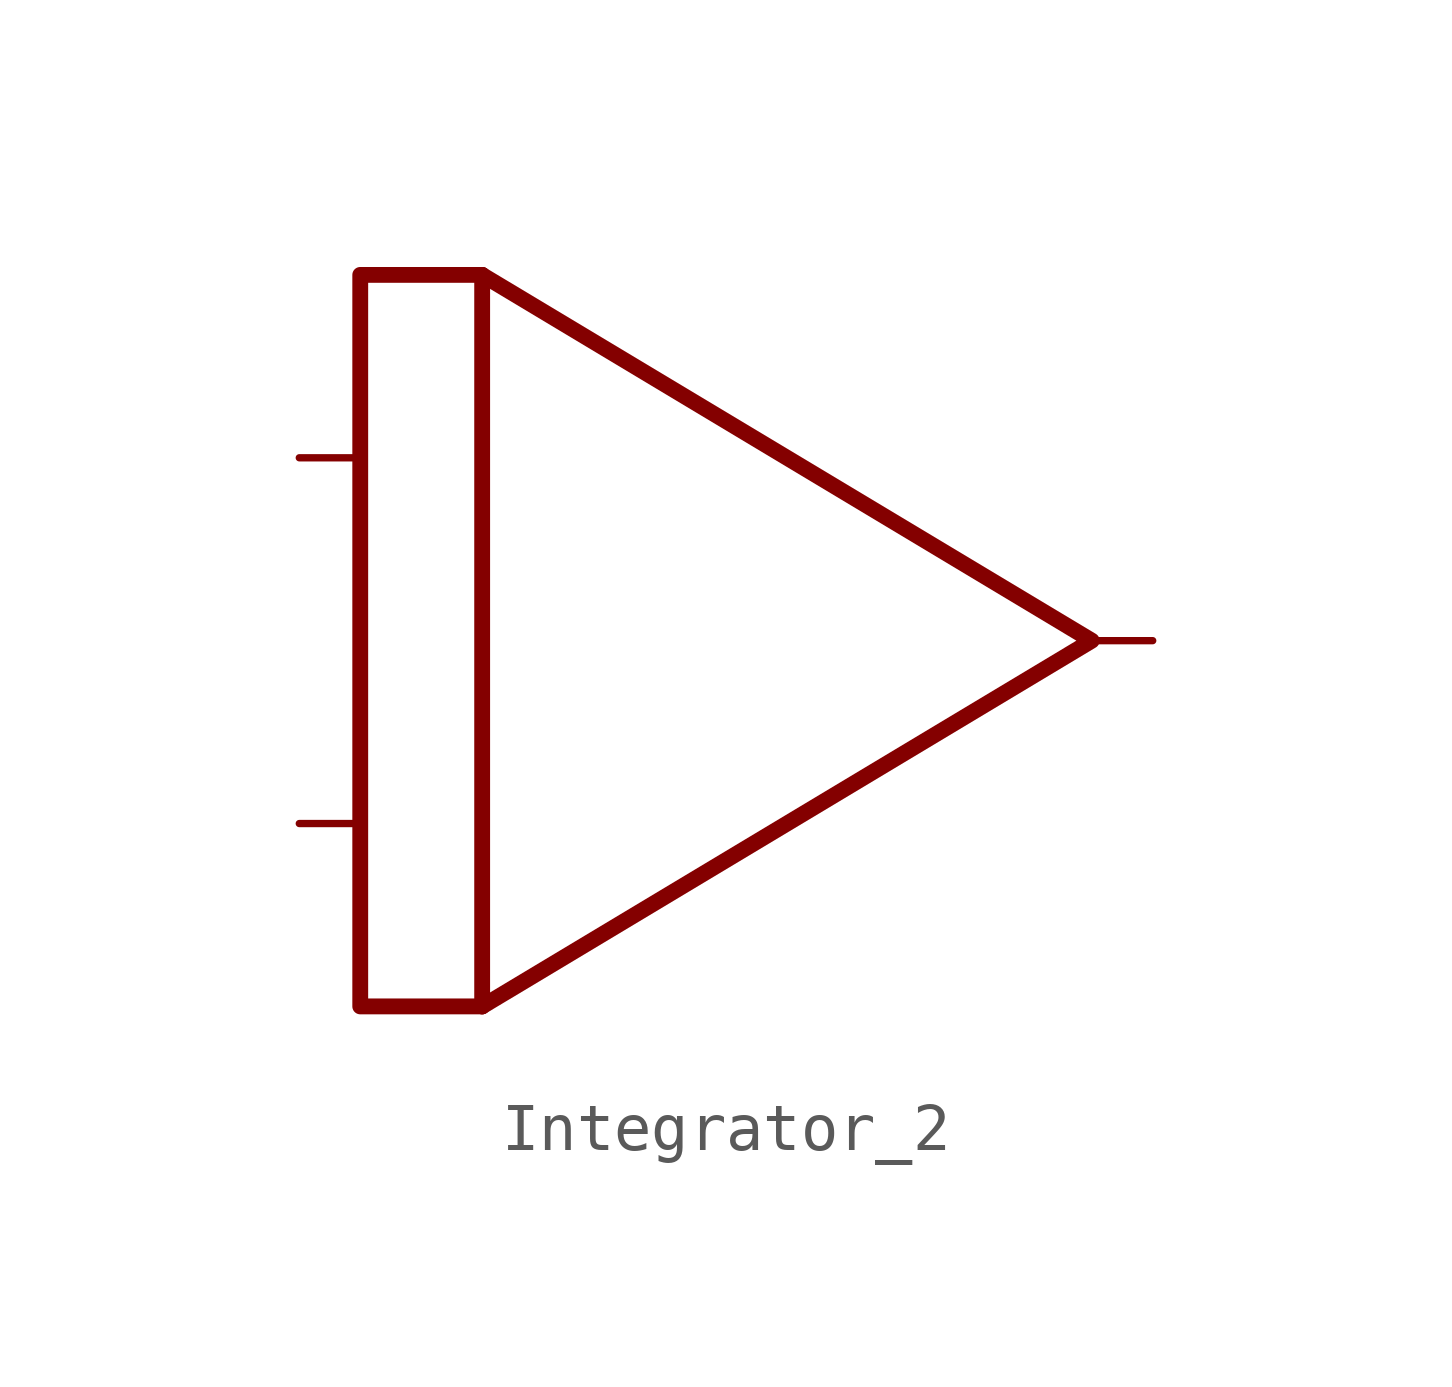
<source format=kicad_sym>
(kicad_symbol_lib
  (version 20211014)
  (generator kicad_symbol_editor)
  (symbol "Integrator_2"
    (property "Reference" "U"
      (at 11.43 10.16 0)
      (effects (font (size 1.27 1.27)) hide))
    (symbol "Integrator_2_0_0"
      (polyline (pts (xy -6.35 7.62) (xy -8.89 7.62) (xy -8.89 -7.62) (xy -6.35 -7.62)) (stroke (width 0.33) (type default) (color 0 0 0 0)) (fill (type none))))
    (symbol "Integrator_2_0_1"
      (polyline (pts (xy -6.35 -7.62) (xy -6.35 7.62)) (stroke (width 0.33) (type default) (color 0 0 0 0)) (fill (type none)))
      (polyline (pts (xy -6.35 7.62) (xy 6.35 0) (xy -6.35 -7.62)) (stroke (width 0.33) (type default) (color 0 0 0 0)) (fill (type none))))
    (symbol "Integrator_2_1_1"
      (pin input line (at -10.16 -3.81 0) (length 1.27) (name "" (effects (font (size 1.27 1.27)))) (number "" (effects (font (size 1.27 1.27)))))
      (pin input line (at -10.16 3.81 0) (length 1.27) (name "" (effects (font (size 1.27 1.27)))) (number "" (effects (font (size 1.27 1.27)))))
      (pin output line (at 7.62 0 180) (length 1.27) (name "" (effects (font (size 1.27 1.27)))) (number "" (effects (font (size 1.27 1.27))))))))
</source>
